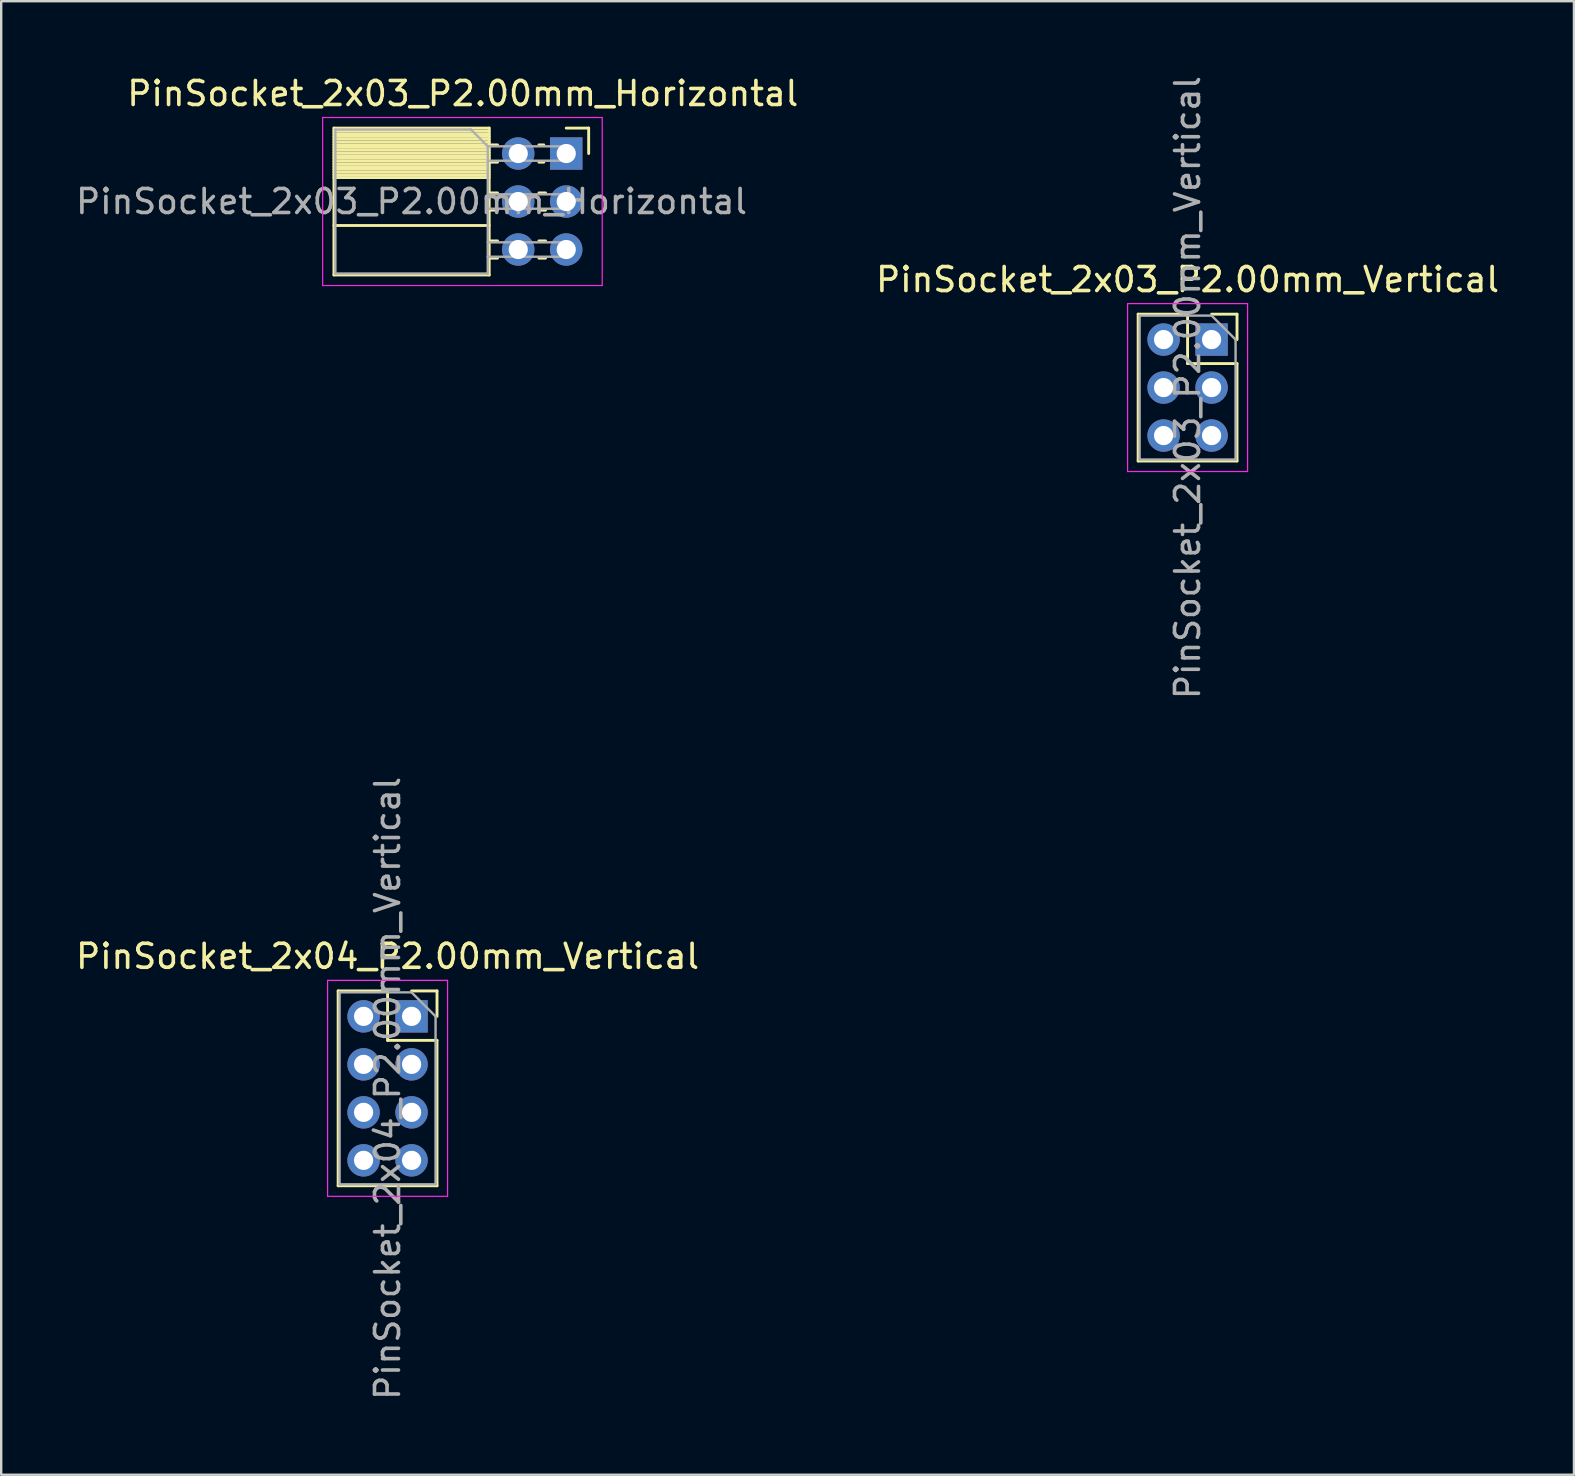
<source format=kicad_pcb>
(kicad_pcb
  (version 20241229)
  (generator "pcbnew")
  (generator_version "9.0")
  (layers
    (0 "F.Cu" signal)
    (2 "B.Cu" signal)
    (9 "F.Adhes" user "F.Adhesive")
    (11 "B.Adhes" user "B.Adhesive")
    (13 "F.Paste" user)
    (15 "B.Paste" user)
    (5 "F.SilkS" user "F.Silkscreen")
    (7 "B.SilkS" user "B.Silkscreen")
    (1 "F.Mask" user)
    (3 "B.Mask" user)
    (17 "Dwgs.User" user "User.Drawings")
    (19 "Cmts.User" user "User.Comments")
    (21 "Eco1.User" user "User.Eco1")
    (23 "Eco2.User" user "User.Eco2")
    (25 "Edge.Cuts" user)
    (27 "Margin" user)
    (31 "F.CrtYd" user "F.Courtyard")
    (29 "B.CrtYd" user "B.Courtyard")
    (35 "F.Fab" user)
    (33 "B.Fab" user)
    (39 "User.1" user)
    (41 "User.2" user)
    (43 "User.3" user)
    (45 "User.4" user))
  (footprint "PinSocket_2x03_P2.00mm_Vertical"
    (layer "F.Cu")
    (at 47.439 11.101)
    (property "Reference" "PinSocket_2x03_P2.00mm_Vertical" (at -1 -2.5 0) (layer "F.SilkS") (effects (font (size 1 1) (thickness 0.15))))
    (attr through_hole)
    (fp_line (start -3.06 -1.06) (end -3.06 5.06) (stroke (width 0.12) (type solid)) (layer "F.SilkS"))
    (fp_line (start -3.06 -1.06) (end -1 -1.06) (stroke (width 0.12) (type solid)) (layer "F.SilkS"))
    (fp_line (start -3.06 5.06) (end 1.06 5.06) (stroke (width 0.12) (type solid)) (layer "F.SilkS"))
    (fp_line (start -1 -1.06) (end -1 1) (stroke (width 0.12) (type solid)) (layer "F.SilkS"))
    (fp_line (start -1 1) (end 1.06 1) (stroke (width 0.12) (type solid)) (layer "F.SilkS"))
    (fp_line (start 0 -1.06) (end 1.06 -1.06) (stroke (width 0.12) (type solid)) (layer "F.SilkS"))
    (fp_line (start 1.06 -1.06) (end 1.06 0) (stroke (width 0.12) (type solid)) (layer "F.SilkS"))
    (fp_line (start 1.06 1) (end 1.06 5.06) (stroke (width 0.12) (type solid)) (layer "F.SilkS"))
    (fp_line (start -3.5 -1.5) (end 1.5 -1.5) (stroke (width 0.05) (type solid)) (layer "F.CrtYd"))
    (fp_line (start -3.5 5.5) (end -3.5 -1.5) (stroke (width 0.05) (type solid)) (layer "F.CrtYd"))
    (fp_line (start 1.5 -1.5) (end 1.5 5.5) (stroke (width 0.05) (type solid)) (layer "F.CrtYd"))
    (fp_line (start 1.5 5.5) (end -3.5 5.5) (stroke (width 0.05) (type solid)) (layer "F.CrtYd"))
    (fp_line (start -3 -1) (end 0 -1) (stroke (width 0.1) (type solid)) (layer "F.Fab"))
    (fp_line (start -3 5) (end -3 -1) (stroke (width 0.1) (type solid)) (layer "F.Fab"))
    (fp_line (start 0 -1) (end 1 0) (stroke (width 0.1) (type solid)) (layer "F.Fab"))
    (fp_line (start 1 0) (end 1 5) (stroke (width 0.1) (type solid)) (layer "F.Fab"))
    (fp_line (start 1 5) (end -3 5) (stroke (width 0.1) (type solid)) (layer "F.Fab"))
    (fp_text user "${REFERENCE}" (at -1 2 90) (layer "F.Fab") (effects (font (size 1 1) (thickness 0.15))))
    (pad "1" thru_hole rect (at 0 0) (size 1.35 1.35) (drill 0.8) (layers "*.Cu" "*.Mask"))
    (pad "2" thru_hole oval (at -2 0) (size 1.35 1.35) (drill 0.8) (layers "*.Cu" "*.Mask"))
    (pad "3" thru_hole oval (at 0 2) (size 1.35 1.35) (drill 0.8) (layers "*.Cu" "*.Mask"))
    (pad "4" thru_hole oval (at -2 2) (size 1.35 1.35) (drill 0.8) (layers "*.Cu" "*.Mask"))
    (pad "5" thru_hole oval (at 0 4) (size 1.35 1.35) (drill 0.8) (layers "*.Cu" "*.Mask"))
    (pad "6" thru_hole oval (at -2 4) (size 1.35 1.35) (drill 0.8) (layers "*.Cu" "*.Mask")))
  (footprint "PinSocket_2x04_P2.00mm_Vertical"
    (layer "F.Cu")
    (at 14.101 39.304)
    (property "Reference" "PinSocket_2x04_P2.00mm_Vertical" (at -1 -2.5 0) (layer "F.SilkS") (effects (font (size 1 1) (thickness 0.15))))
    (attr through_hole)
    (fp_line (start -3.06 -1.06) (end -3.06 7.06) (stroke (width 0.12) (type solid)) (layer "F.SilkS"))
    (fp_line (start -3.06 -1.06) (end -1 -1.06) (stroke (width 0.12) (type solid)) (layer "F.SilkS"))
    (fp_line (start -3.06 7.06) (end 1.06 7.06) (stroke (width 0.12) (type solid)) (layer "F.SilkS"))
    (fp_line (start -1 -1.06) (end -1 1) (stroke (width 0.12) (type solid)) (layer "F.SilkS"))
    (fp_line (start -1 1) (end 1.06 1) (stroke (width 0.12) (type solid)) (layer "F.SilkS"))
    (fp_line (start 0 -1.06) (end 1.06 -1.06) (stroke (width 0.12) (type solid)) (layer "F.SilkS"))
    (fp_line (start 1.06 -1.06) (end 1.06 0) (stroke (width 0.12) (type solid)) (layer "F.SilkS"))
    (fp_line (start 1.06 1) (end 1.06 7.06) (stroke (width 0.12) (type solid)) (layer "F.SilkS"))
    (fp_line (start -3.5 -1.5) (end 1.5 -1.5) (stroke (width 0.05) (type solid)) (layer "F.CrtYd"))
    (fp_line (start -3.5 7.5) (end -3.5 -1.5) (stroke (width 0.05) (type solid)) (layer "F.CrtYd"))
    (fp_line (start 1.5 -1.5) (end 1.5 7.5) (stroke (width 0.05) (type solid)) (layer "F.CrtYd"))
    (fp_line (start 1.5 7.5) (end -3.5 7.5) (stroke (width 0.05) (type solid)) (layer "F.CrtYd"))
    (fp_line (start -3 -1) (end 0 -1) (stroke (width 0.1) (type solid)) (layer "F.Fab"))
    (fp_line (start -3 7) (end -3 -1) (stroke (width 0.1) (type solid)) (layer "F.Fab"))
    (fp_line (start 0 -1) (end 1 0) (stroke (width 0.1) (type solid)) (layer "F.Fab"))
    (fp_line (start 1 0) (end 1 7) (stroke (width 0.1) (type solid)) (layer "F.Fab"))
    (fp_line (start 1 7) (end -3 7) (stroke (width 0.1) (type solid)) (layer "F.Fab"))
    (fp_text user "${REFERENCE}" (at -1 3 90) (layer "F.Fab") (effects (font (size 1 1) (thickness 0.15))))
    (pad "1" thru_hole rect (at 0 0) (size 1.35 1.35) (drill 0.8) (layers "*.Cu" "*.Mask"))
    (pad "2" thru_hole oval (at -2 0) (size 1.35 1.35) (drill 0.8) (layers "*.Cu" "*.Mask"))
    (pad "3" thru_hole oval (at 0 2) (size 1.35 1.35) (drill 0.8) (layers "*.Cu" "*.Mask"))
    (pad "4" thru_hole oval (at -2 2) (size 1.35 1.35) (drill 0.8) (layers "*.Cu" "*.Mask"))
    (pad "5" thru_hole oval (at 0 4) (size 1.35 1.35) (drill 0.8) (layers "*.Cu" "*.Mask"))
    (pad "6" thru_hole oval (at -2 4) (size 1.35 1.35) (drill 0.8) (layers "*.Cu" "*.Mask"))
    (pad "7" thru_hole oval (at 0 6) (size 1.35 1.35) (drill 0.8) (layers "*.Cu" "*.Mask"))
    (pad "8" thru_hole oval (at -2 6) (size 1.35 1.35) (drill 0.8) (layers "*.Cu" "*.Mask")))
  (footprint "PinSocket_2x03_P2.00mm_Horizontal"
    (layer "F.Cu")
    (at 20.546 3.348)
    (property "Reference" "PinSocket_2x03_P2.00mm_Horizontal" (at -4.31 -2.5 0) (layer "F.SilkS") (effects (font (size 1 1) (thickness 0.15))))
    (attr through_hole)
    (fp_line (start -9.68 -1.06) (end -9.68 5.06) (stroke (width 0.12) (type solid)) (layer "F.SilkS"))
    (fp_line (start -9.68 -1.06) (end -3.21 -1.06) (stroke (width 0.12) (type solid)) (layer "F.SilkS"))
    (fp_line (start -9.68 -0.94) (end -3.21 -0.94) (stroke (width 0.12) (type solid)) (layer "F.SilkS"))
    (fp_line (start -9.68 -0.826) (end -3.21 -0.826) (stroke (width 0.12) (type solid)) (layer "F.SilkS"))
    (fp_line (start -9.68 -0.712) (end -3.21 -0.712) (stroke (width 0.12) (type solid)) (layer "F.SilkS"))
    (fp_line (start -9.68 -0.598) (end -3.21 -0.598) (stroke (width 0.12) (type solid)) (layer "F.SilkS"))
    (fp_line (start -9.68 -0.484) (end -3.21 -0.484) (stroke (width 0.12) (type solid)) (layer "F.SilkS"))
    (fp_line (start -9.68 -0.369) (end -3.21 -0.369) (stroke (width 0.12) (type solid)) (layer "F.SilkS"))
    (fp_line (start -9.68 -0.255) (end -3.21 -0.255) (stroke (width 0.12) (type solid)) (layer "F.SilkS"))
    (fp_line (start -9.68 -0.141) (end -3.21 -0.141) (stroke (width 0.12) (type solid)) (layer "F.SilkS"))
    (fp_line (start -9.68 -0.027) (end -3.21 -0.027) (stroke (width 0.12) (type solid)) (layer "F.SilkS"))
    (fp_line (start -9.68 0.087) (end -3.21 0.087) (stroke (width 0.12) (type solid)) (layer "F.SilkS"))
    (fp_line (start -9.68 0.201) (end -3.21 0.201) (stroke (width 0.12) (type solid)) (layer "F.SilkS"))
    (fp_line (start -9.68 0.315) (end -3.21 0.315) (stroke (width 0.12) (type solid)) (layer "F.SilkS"))
    (fp_line (start -9.68 0.429) (end -3.21 0.429) (stroke (width 0.12) (type solid)) (layer "F.SilkS"))
    (fp_line (start -9.68 0.544) (end -3.21 0.544) (stroke (width 0.12) (type solid)) (layer "F.SilkS"))
    (fp_line (start -9.68 0.658) (end -3.21 0.658) (stroke (width 0.12) (type solid)) (layer "F.SilkS"))
    (fp_line (start -9.68 0.772) (end -3.21 0.772) (stroke (width 0.12) (type solid)) (layer "F.SilkS"))
    (fp_line (start -9.68 0.886) (end -3.21 0.886) (stroke (width 0.12) (type solid)) (layer "F.SilkS"))
    (fp_line (start -9.68 1) (end -3.21 1) (stroke (width 0.12) (type solid)) (layer "F.SilkS"))
    (fp_line (start -9.68 3) (end -3.21 3) (stroke (width 0.12) (type solid)) (layer "F.SilkS"))
    (fp_line (start -9.68 5.06) (end -3.21 5.06) (stroke (width 0.12) (type solid)) (layer "F.SilkS"))
    (fp_line (start -3.21 -1.06) (end -3.21 5.06) (stroke (width 0.12) (type solid)) (layer "F.SilkS"))
    (fp_line (start -3.21 -0.36) (end -2.863 -0.36) (stroke (width 0.12) (type solid)) (layer "F.SilkS"))
    (fp_line (start -3.21 0.36) (end -2.863 0.36) (stroke (width 0.12) (type solid)) (layer "F.SilkS"))
    (fp_line (start -3.21 1.64) (end -2.863 1.64) (stroke (width 0.12) (type solid)) (layer "F.SilkS"))
    (fp_line (start -3.21 2.36) (end -2.863 2.36) (stroke (width 0.12) (type solid)) (layer "F.SilkS"))
    (fp_line (start -3.21 3.64) (end -2.863 3.64) (stroke (width 0.12) (type solid)) (layer "F.SilkS"))
    (fp_line (start -3.21 4.36) (end -2.863 4.36) (stroke (width 0.12) (type solid)) (layer "F.SilkS"))
    (fp_line (start -1.137 -0.36) (end -0.935 -0.36) (stroke (width 0.12) (type solid)) (layer "F.SilkS"))
    (fp_line (start -1.137 0.36) (end -0.935 0.36) (stroke (width 0.12) (type solid)) (layer "F.SilkS"))
    (fp_line (start -1.137 1.64) (end -0.863 1.64) (stroke (width 0.12) (type solid)) (layer "F.SilkS"))
    (fp_line (start -1.137 2.36) (end -0.863 2.36) (stroke (width 0.12) (type solid)) (layer "F.SilkS"))
    (fp_line (start -1.137 3.64) (end -0.863 3.64) (stroke (width 0.12) (type solid)) (layer "F.SilkS"))
    (fp_line (start -1.137 4.36) (end -0.863 4.36) (stroke (width 0.12) (type solid)) (layer "F.SilkS"))
    (fp_line (start 0 -1.06) (end 0.935 -1.06) (stroke (width 0.12) (type solid)) (layer "F.SilkS"))
    (fp_line (start 0.935 -1.06) (end 0.935 0) (stroke (width 0.12) (type solid)) (layer "F.SilkS"))
    (fp_line (start -10.15 -1.5) (end -10.15 5.5) (stroke (width 0.05) (type solid)) (layer "F.CrtYd"))
    (fp_line (start -10.15 5.5) (end 1.5 5.5) (stroke (width 0.05) (type solid)) (layer "F.CrtYd"))
    (fp_line (start 1.5 -1.5) (end -10.15 -1.5) (stroke (width 0.05) (type solid)) (layer "F.CrtYd"))
    (fp_line (start 1.5 5.5) (end 1.5 -1.5) (stroke (width 0.05) (type solid)) (layer "F.CrtYd"))
    (fp_line (start -9.62 -1) (end -3.97 -1) (stroke (width 0.1) (type solid)) (layer "F.Fab"))
    (fp_line (start -9.62 5) (end -9.62 -1) (stroke (width 0.1) (type solid)) (layer "F.Fab"))
    (fp_line (start -3.97 -1) (end -3.27 -0.3) (stroke (width 0.1) (type solid)) (layer "F.Fab"))
    (fp_line (start -3.27 -0.3) (end -3.27 5) (stroke (width 0.1) (type solid)) (layer "F.Fab"))
    (fp_line (start -3.27 0.3) (end 0 0.3) (stroke (width 0.1) (type solid)) (layer "F.Fab"))
    (fp_line (start -3.27 2.3) (end 0 2.3) (stroke (width 0.1) (type solid)) (layer "F.Fab"))
    (fp_line (start -3.27 4.3) (end 0 4.3) (stroke (width 0.1) (type solid)) (layer "F.Fab"))
    (fp_line (start -3.27 5) (end -9.62 5) (stroke (width 0.1) (type solid)) (layer "F.Fab"))
    (fp_line (start 0 -0.3) (end -3.27 -0.3) (stroke (width 0.1) (type solid)) (layer "F.Fab"))
    (fp_line (start 0 0.3) (end 0 -0.3) (stroke (width 0.1) (type solid)) (layer "F.Fab"))
    (fp_line (start 0 1.7) (end -3.27 1.7) (stroke (width 0.1) (type solid)) (layer "F.Fab"))
    (fp_line (start 0 2.3) (end 0 1.7) (stroke (width 0.1) (type solid)) (layer "F.Fab"))
    (fp_line (start 0 3.7) (end -3.27 3.7) (stroke (width 0.1) (type solid)) (layer "F.Fab"))
    (fp_line (start 0 4.3) (end 0 3.7) (stroke (width 0.1) (type solid)) (layer "F.Fab"))
    (fp_text user "${REFERENCE}" (at -6.445 2 0) (layer "F.Fab") (effects (font (size 1 1) (thickness 0.15))))
    (pad "1" thru_hole rect (at 0 0) (size 1.35 1.35) (drill 0.8) (layers "*.Cu" "*.Mask"))
    (pad "2" thru_hole oval (at -2 0) (size 1.35 1.35) (drill 0.8) (layers "*.Cu" "*.Mask"))
    (pad "3" thru_hole oval (at 0 2) (size 1.35 1.35) (drill 0.8) (layers "*.Cu" "*.Mask"))
    (pad "4" thru_hole oval (at -2 2) (size 1.35 1.35) (drill 0.8) (layers "*.Cu" "*.Mask"))
    (pad "5" thru_hole oval (at 0 4) (size 1.35 1.35) (drill 0.8) (layers "*.Cu" "*.Mask"))
    (pad "6" thru_hole oval (at -2 4) (size 1.35 1.35) (drill 0.8) (layers "*.Cu" "*.Mask")))
  (gr_rect
    (start -3 -3)
    (end 62.54 58.405)
    (stroke (width 0.1) (type default))
    (fill no)
    (layer "Edge.Cuts")))
</source>
